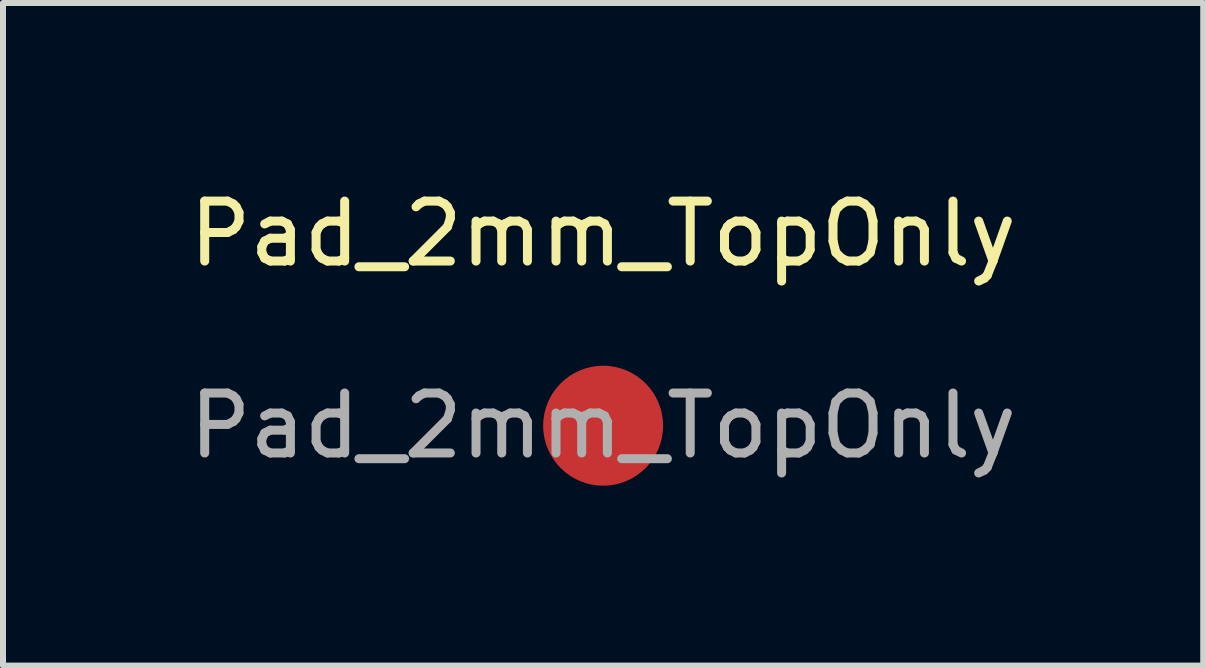
<source format=kicad_pcb>
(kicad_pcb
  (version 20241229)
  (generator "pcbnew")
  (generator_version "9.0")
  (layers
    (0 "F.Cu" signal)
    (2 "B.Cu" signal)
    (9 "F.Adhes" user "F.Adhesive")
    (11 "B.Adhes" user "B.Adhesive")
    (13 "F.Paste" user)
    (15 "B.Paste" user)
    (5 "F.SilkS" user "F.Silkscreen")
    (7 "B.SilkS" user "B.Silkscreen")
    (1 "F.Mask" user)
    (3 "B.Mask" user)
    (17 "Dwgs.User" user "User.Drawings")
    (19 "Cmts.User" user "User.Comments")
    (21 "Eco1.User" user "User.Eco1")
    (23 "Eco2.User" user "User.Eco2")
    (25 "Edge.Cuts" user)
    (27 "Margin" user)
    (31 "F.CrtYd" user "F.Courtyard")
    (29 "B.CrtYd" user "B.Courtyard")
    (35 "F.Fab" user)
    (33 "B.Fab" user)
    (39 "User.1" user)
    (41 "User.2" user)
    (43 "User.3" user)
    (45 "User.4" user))
  (footprint "Pad_2mm_TopOnly"
    (layer "F.Cu")
    (at 7.006 4.048)
    (property "Reference" "Pad_2mm_TopOnly" (at 0 -3.2 0) (layer "F.SilkS") (effects (font (size 1 1) (thickness 0.15))))
    (attr exclude_from_pos_files exclude_from_bom)
    (fp_text user "${REFERENCE}" (at 0 0 0) (layer "F.Fab") (effects (font (size 1 1) (thickness 0.15))))
    (pad "1" smd circle (at 0 0) (size 2 2) (layers "F.Cu" "F.Mask" "F.Paste")))
  (gr_rect
    (start -3 -3)
    (end 17.012 8.048)
    (stroke (width 0.1) (type default))
    (fill no)
    (layer "Edge.Cuts")))
</source>
